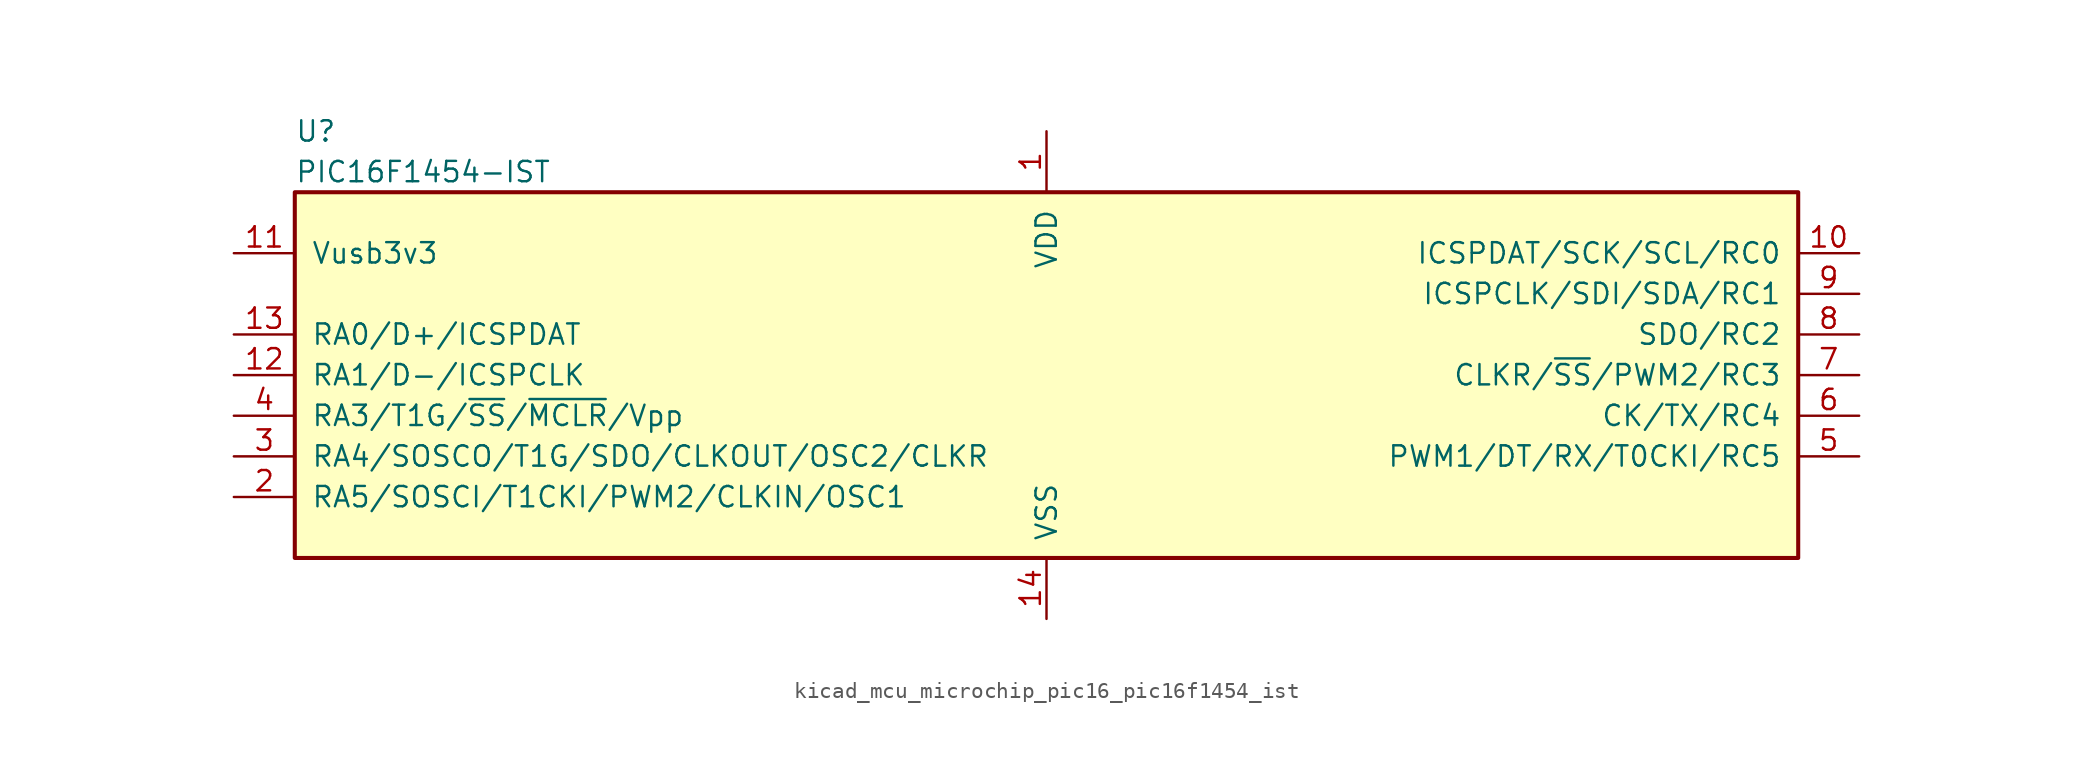
<source format=kicad_sym>
(kicad_symbol_lib
  (version 20220914)
  (generator kicad_symbol_editor)
  (symbol "kicad_mcu_microchip_pic16_pic16f1454_ist"
    (pin_names
      (offset 1.016))
    (property "Reference" "U"
      (at -46.99 15.24 0)
      (effects (font (size 1.27 1.27)) (justify left)))
    (property "Value" "PIC16F1454-IST"
      (at -46.99 12.7 0)
      (effects (font (size 1.27 1.27)) (justify left)))
    (symbol "kicad_mcu_microchip_pic16_pic16f1454_ist_0_1"
      (rectangle (start -46.99 11.43) (end 46.99 -11.43) (stroke (width 0.254) (type default)) (fill (type background))))
    (symbol "kicad_mcu_microchip_pic16_pic16f1454_ist_1_1"
      (pin power_in line (at 0 15.24 270) (length 3.81) (name "VDD" (effects (font (size 1.27 1.27)))) (number "1" (effects (font (size 1.27 1.27)))))
      (pin bidirectional line (at 50.8 7.62 180) (length 3.81) (name "ICSPDAT/SCK/SCL/RC0" (effects (font (size 1.27 1.27)))) (number "10" (effects (font (size 1.27 1.27)))))
      (pin bidirectional line (at -50.8 7.62 0) (length 3.81) (name "Vusb3v3" (effects (font (size 1.27 1.27)))) (number "11" (effects (font (size 1.27 1.27)))))
      (pin bidirectional line (at -50.8 0 0) (length 3.81) (name "RA1/D-/ICSPCLK" (effects (font (size 1.27 1.27)))) (number "12" (effects (font (size 1.27 1.27)))))
      (pin bidirectional line (at -50.8 2.54 0) (length 3.81) (name "RA0/D+/ICSPDAT" (effects (font (size 1.27 1.27)))) (number "13" (effects (font (size 1.27 1.27)))))
      (pin power_in line (at 0 -15.24 90) (length 3.81) (name "VSS" (effects (font (size 1.27 1.27)))) (number "14" (effects (font (size 1.27 1.27)))))
      (pin bidirectional line (at -50.8 -7.62 0) (length 3.81) (name "RA5/SOSCI/T1CKI/PWM2/CLKIN/OSC1" (effects (font (size 1.27 1.27)))) (number "2" (effects (font (size 1.27 1.27)))))
      (pin bidirectional line (at -50.8 -5.08 0) (length 3.81) (name "RA4/SOSCO/T1G/SDO/CLKOUT/OSC2/CLKR" (effects (font (size 1.27 1.27)))) (number "3" (effects (font (size 1.27 1.27)))))
      (pin input line (at -50.8 -2.54 0) (length 3.81) (name "RA3/T1G/~{SS}/~{MCLR}/Vpp" (effects (font (size 1.27 1.27)))) (number "4" (effects (font (size 1.27 1.27)))))
      (pin bidirectional line (at 50.8 -5.08 180) (length 3.81) (name "PWM1/DT/RX/T0CKI/RC5" (effects (font (size 1.27 1.27)))) (number "5" (effects (font (size 1.27 1.27)))))
      (pin bidirectional line (at 50.8 -2.54 180) (length 3.81) (name "CK/TX/RC4" (effects (font (size 1.27 1.27)))) (number "6" (effects (font (size 1.27 1.27)))))
      (pin bidirectional line (at 50.8 0 180) (length 3.81) (name "CLKR/~{SS}/PWM2/RC3" (effects (font (size 1.27 1.27)))) (number "7" (effects (font (size 1.27 1.27)))))
      (pin bidirectional line (at 50.8 2.54 180) (length 3.81) (name "SDO/RC2" (effects (font (size 1.27 1.27)))) (number "8" (effects (font (size 1.27 1.27)))))
      (pin bidirectional line (at 50.8 5.08 180) (length 3.81) (name "ICSPCLK/SDI/SDA/RC1" (effects (font (size 1.27 1.27)))) (number "9" (effects (font (size 1.27 1.27))))))))
</source>
